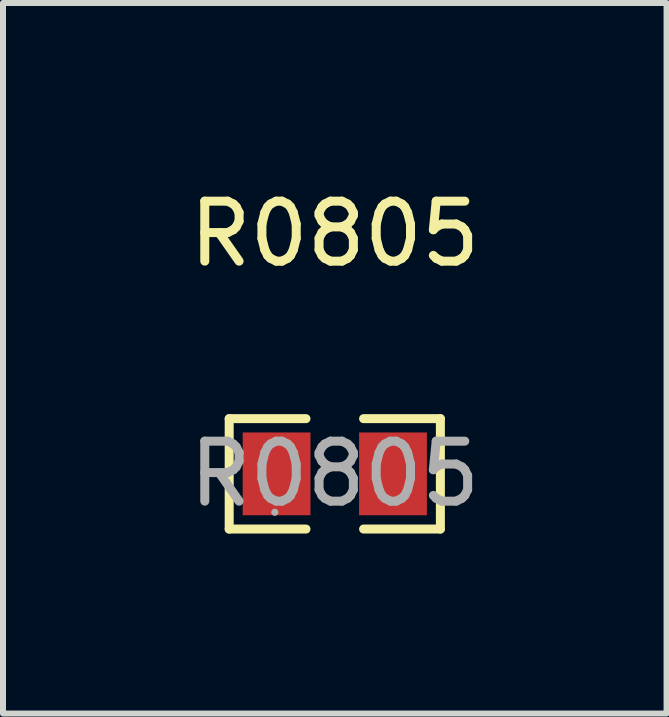
<source format=kicad_pcb>
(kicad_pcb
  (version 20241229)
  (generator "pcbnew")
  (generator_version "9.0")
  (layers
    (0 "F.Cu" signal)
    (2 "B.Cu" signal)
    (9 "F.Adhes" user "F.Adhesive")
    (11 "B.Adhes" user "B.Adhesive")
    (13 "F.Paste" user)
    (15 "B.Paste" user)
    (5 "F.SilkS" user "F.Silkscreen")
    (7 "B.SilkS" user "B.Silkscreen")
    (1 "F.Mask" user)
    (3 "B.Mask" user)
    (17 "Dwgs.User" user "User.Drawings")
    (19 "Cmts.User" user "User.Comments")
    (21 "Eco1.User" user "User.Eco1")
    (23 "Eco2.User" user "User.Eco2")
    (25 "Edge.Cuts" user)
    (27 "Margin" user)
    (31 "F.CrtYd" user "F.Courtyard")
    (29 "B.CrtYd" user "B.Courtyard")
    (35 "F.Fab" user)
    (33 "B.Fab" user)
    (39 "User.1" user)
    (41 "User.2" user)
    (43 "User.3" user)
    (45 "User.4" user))
  (footprint "R0805"
    (layer "F.Cu")
    (at 2.53 4.848)
    (property "Reference" "R0805" (at 0 -4 0) (layer "F.SilkS") (effects (font (size 1 1) (thickness 0.15))))
    (attr smd)
    (fp_line (start -1.76 -0.92) (end -0.48 -0.92) (stroke (width 0.15) (type solid)) (layer "F.SilkS"))
    (fp_line (start -1.76 0.92) (end -1.76 -0.92) (stroke (width 0.15) (type solid)) (layer "F.SilkS"))
    (fp_line (start -0.48 0.92) (end -1.76 0.92) (stroke (width 0.15) (type solid)) (layer "F.SilkS"))
    (fp_line (start 0.48 0.92) (end 1.76 0.92) (stroke (width 0.15) (type solid)) (layer "F.SilkS"))
    (fp_line (start 1.76 -0.92) (end 0.48 -0.92) (stroke (width 0.15) (type solid)) (layer "F.SilkS"))
    (fp_line (start 1.76 0.92) (end 1.76 -0.92) (stroke (width 0.15) (type solid)) (layer "F.SilkS"))
    (fp_circle (center -1 0.64) (end -0.97 0.64) (stroke (width 0.06) (type solid)) (fill no) (layer "F.Fab"))
    (fp_text user "${REFERENCE}" (at 0 0 0) (layer "F.Fab") (effects (font (size 1 1) (thickness 0.15))))
    (pad "1" smd rect (at -0.97 0) (size 1.13 1.38) (layers "F.Cu" "F.Mask" "F.Paste"))
    (pad "2" smd rect (at 0.97 0) (size 1.13 1.38) (layers "F.Cu" "F.Mask" "F.Paste")))
  (gr_rect
    (start -3 -3)
    (end 8.06 8.843)
    (stroke (width 0.1) (type default))
    (fill no)
    (layer "Edge.Cuts")))
</source>
